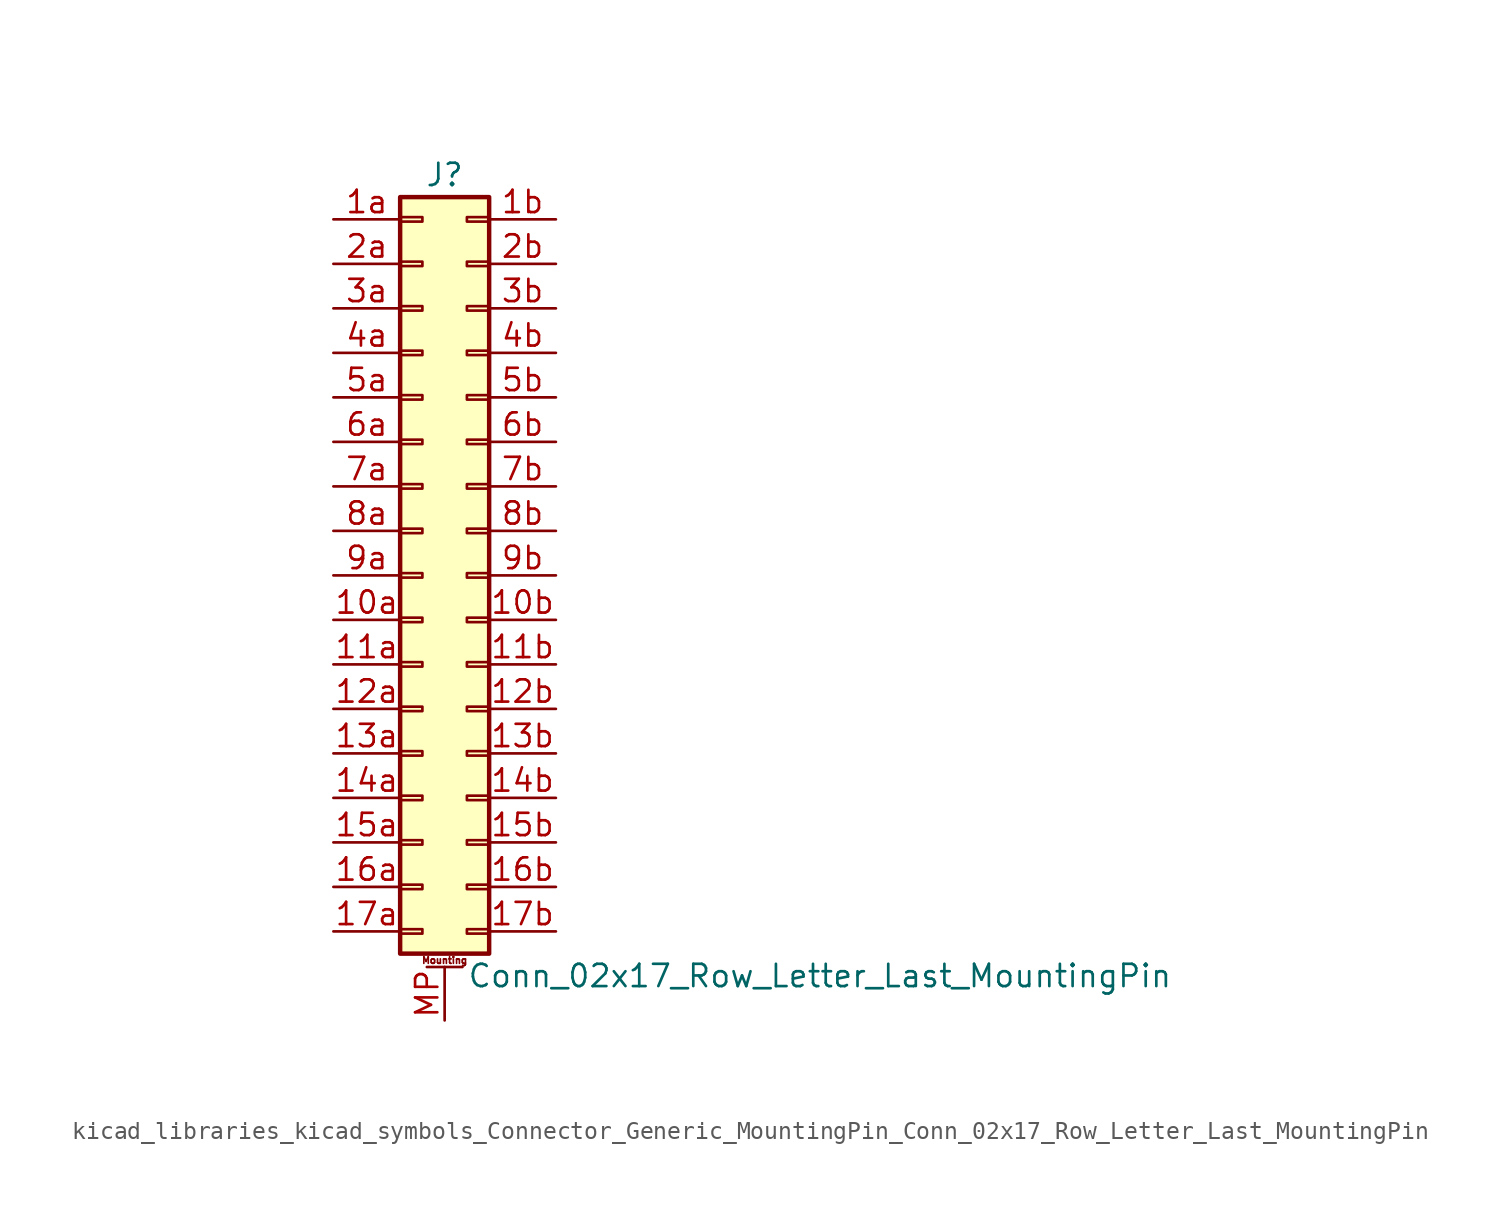
<source format=kicad_sym>
(kicad_symbol_lib
  (version 20220914)
  (generator kicad_symbol_editor)
  (symbol "kicad_libraries_kicad_symbols_Connector_Generic_MountingPin_Conn_02x17_Row_Letter_Last_MountingPin"
    (pin_names
      (offset 1.016) hide)
    (property "Reference" "J"
      (at 1.27 22.86 0)
      (effects (font (size 1.27 1.27))))
    (property "Value" "Conn_02x17_Row_Letter_Last_MountingPin"
      (at 2.54 -22.86 0)
      (effects (font (size 1.27 1.27)) (justify left)))
    (symbol "kicad_libraries_kicad_symbols_Connector_Generic_MountingPin_Conn_02x17_Row_Letter_Last_MountingPin_1_1"
      (rectangle (start -1.27 -20.193) (end 0 -20.447) (stroke (width 0.152) (type default)) (fill (type none)))
      (rectangle (start -1.27 -17.653) (end 0 -17.907) (stroke (width 0.152) (type default)) (fill (type none)))
      (rectangle (start -1.27 -15.113) (end 0 -15.367) (stroke (width 0.152) (type default)) (fill (type none)))
      (rectangle (start -1.27 -12.573) (end 0 -12.827) (stroke (width 0.152) (type default)) (fill (type none)))
      (rectangle (start -1.27 -10.033) (end 0 -10.287) (stroke (width 0.152) (type default)) (fill (type none)))
      (rectangle (start -1.27 -7.493) (end 0 -7.747) (stroke (width 0.152) (type default)) (fill (type none)))
      (rectangle (start -1.27 -4.953) (end 0 -5.207) (stroke (width 0.152) (type default)) (fill (type none)))
      (rectangle (start -1.27 -2.413) (end 0 -2.667) (stroke (width 0.152) (type default)) (fill (type none)))
      (rectangle (start -1.27 0.127) (end 0 -0.127) (stroke (width 0.152) (type default)) (fill (type none)))
      (rectangle (start -1.27 2.667) (end 0 2.413) (stroke (width 0.152) (type default)) (fill (type none)))
      (rectangle (start -1.27 5.207) (end 0 4.953) (stroke (width 0.152) (type default)) (fill (type none)))
      (rectangle (start -1.27 7.747) (end 0 7.493) (stroke (width 0.152) (type default)) (fill (type none)))
      (rectangle (start -1.27 10.287) (end 0 10.033) (stroke (width 0.152) (type default)) (fill (type none)))
      (rectangle (start -1.27 12.827) (end 0 12.573) (stroke (width 0.152) (type default)) (fill (type none)))
      (rectangle (start -1.27 15.367) (end 0 15.113) (stroke (width 0.152) (type default)) (fill (type none)))
      (rectangle (start -1.27 17.907) (end 0 17.653) (stroke (width 0.152) (type default)) (fill (type none)))
      (rectangle (start -1.27 20.447) (end 0 20.193) (stroke (width 0.152) (type default)) (fill (type none)))
      (rectangle (start -1.27 21.59) (end 3.81 -21.59) (stroke (width 0.254) (type default)) (fill (type background)))
      (polyline (pts (xy 0.254 -22.352) (xy 2.286 -22.352)) (stroke (width 0.152) (type default)) (fill (type none)))
      (rectangle (start 3.81 -20.193) (end 2.54 -20.447) (stroke (width 0.152) (type default)) (fill (type none)))
      (rectangle (start 3.81 -17.653) (end 2.54 -17.907) (stroke (width 0.152) (type default)) (fill (type none)))
      (rectangle (start 3.81 -15.113) (end 2.54 -15.367) (stroke (width 0.152) (type default)) (fill (type none)))
      (rectangle (start 3.81 -12.573) (end 2.54 -12.827) (stroke (width 0.152) (type default)) (fill (type none)))
      (rectangle (start 3.81 -10.033) (end 2.54 -10.287) (stroke (width 0.152) (type default)) (fill (type none)))
      (rectangle (start 3.81 -7.493) (end 2.54 -7.747) (stroke (width 0.152) (type default)) (fill (type none)))
      (rectangle (start 3.81 -4.953) (end 2.54 -5.207) (stroke (width 0.152) (type default)) (fill (type none)))
      (rectangle (start 3.81 -2.413) (end 2.54 -2.667) (stroke (width 0.152) (type default)) (fill (type none)))
      (rectangle (start 3.81 0.127) (end 2.54 -0.127) (stroke (width 0.152) (type default)) (fill (type none)))
      (rectangle (start 3.81 2.667) (end 2.54 2.413) (stroke (width 0.152) (type default)) (fill (type none)))
      (rectangle (start 3.81 5.207) (end 2.54 4.953) (stroke (width 0.152) (type default)) (fill (type none)))
      (rectangle (start 3.81 7.747) (end 2.54 7.493) (stroke (width 0.152) (type default)) (fill (type none)))
      (rectangle (start 3.81 10.287) (end 2.54 10.033) (stroke (width 0.152) (type default)) (fill (type none)))
      (rectangle (start 3.81 12.827) (end 2.54 12.573) (stroke (width 0.152) (type default)) (fill (type none)))
      (rectangle (start 3.81 15.367) (end 2.54 15.113) (stroke (width 0.152) (type default)) (fill (type none)))
      (rectangle (start 3.81 17.907) (end 2.54 17.653) (stroke (width 0.152) (type default)) (fill (type none)))
      (rectangle (start 3.81 20.447) (end 2.54 20.193) (stroke (width 0.152) (type default)) (fill (type none)))
      (text "Mounting" (at 1.27 -21.971 0) (effects (font (size 0.381 0.381))))
      (pin passive line (at -5.08 -2.54 0) (length 3.81) (name "Pin_10a" (effects (font (size 1.27 1.27)))) (number "10a" (effects (font (size 1.27 1.27)))))
      (pin passive line (at 7.62 -2.54 180) (length 3.81) (name "Pin_10b" (effects (font (size 1.27 1.27)))) (number "10b" (effects (font (size 1.27 1.27)))))
      (pin passive line (at -5.08 -5.08 0) (length 3.81) (name "Pin_11a" (effects (font (size 1.27 1.27)))) (number "11a" (effects (font (size 1.27 1.27)))))
      (pin passive line (at 7.62 -5.08 180) (length 3.81) (name "Pin_11b" (effects (font (size 1.27 1.27)))) (number "11b" (effects (font (size 1.27 1.27)))))
      (pin passive line (at -5.08 -7.62 0) (length 3.81) (name "Pin_12a" (effects (font (size 1.27 1.27)))) (number "12a" (effects (font (size 1.27 1.27)))))
      (pin passive line (at 7.62 -7.62 180) (length 3.81) (name "Pin_12b" (effects (font (size 1.27 1.27)))) (number "12b" (effects (font (size 1.27 1.27)))))
      (pin passive line (at -5.08 -10.16 0) (length 3.81) (name "Pin_13a" (effects (font (size 1.27 1.27)))) (number "13a" (effects (font (size 1.27 1.27)))))
      (pin passive line (at 7.62 -10.16 180) (length 3.81) (name "Pin_13b" (effects (font (size 1.27 1.27)))) (number "13b" (effects (font (size 1.27 1.27)))))
      (pin passive line (at -5.08 -12.7 0) (length 3.81) (name "Pin_14a" (effects (font (size 1.27 1.27)))) (number "14a" (effects (font (size 1.27 1.27)))))
      (pin passive line (at 7.62 -12.7 180) (length 3.81) (name "Pin_14b" (effects (font (size 1.27 1.27)))) (number "14b" (effects (font (size 1.27 1.27)))))
      (pin passive line (at -5.08 -15.24 0) (length 3.81) (name "Pin_15a" (effects (font (size 1.27 1.27)))) (number "15a" (effects (font (size 1.27 1.27)))))
      (pin passive line (at 7.62 -15.24 180) (length 3.81) (name "Pin_15b" (effects (font (size 1.27 1.27)))) (number "15b" (effects (font (size 1.27 1.27)))))
      (pin passive line (at -5.08 -17.78 0) (length 3.81) (name "Pin_16a" (effects (font (size 1.27 1.27)))) (number "16a" (effects (font (size 1.27 1.27)))))
      (pin passive line (at 7.62 -17.78 180) (length 3.81) (name "Pin_16b" (effects (font (size 1.27 1.27)))) (number "16b" (effects (font (size 1.27 1.27)))))
      (pin passive line (at -5.08 -20.32 0) (length 3.81) (name "Pin_17a" (effects (font (size 1.27 1.27)))) (number "17a" (effects (font (size 1.27 1.27)))))
      (pin passive line (at 7.62 -20.32 180) (length 3.81) (name "Pin_17b" (effects (font (size 1.27 1.27)))) (number "17b" (effects (font (size 1.27 1.27)))))
      (pin passive line (at -5.08 20.32 0) (length 3.81) (name "Pin_1a" (effects (font (size 1.27 1.27)))) (number "1a" (effects (font (size 1.27 1.27)))))
      (pin passive line (at 7.62 20.32 180) (length 3.81) (name "Pin_1b" (effects (font (size 1.27 1.27)))) (number "1b" (effects (font (size 1.27 1.27)))))
      (pin passive line (at -5.08 17.78 0) (length 3.81) (name "Pin_2a" (effects (font (size 1.27 1.27)))) (number "2a" (effects (font (size 1.27 1.27)))))
      (pin passive line (at 7.62 17.78 180) (length 3.81) (name "Pin_2b" (effects (font (size 1.27 1.27)))) (number "2b" (effects (font (size 1.27 1.27)))))
      (pin passive line (at -5.08 15.24 0) (length 3.81) (name "Pin_3a" (effects (font (size 1.27 1.27)))) (number "3a" (effects (font (size 1.27 1.27)))))
      (pin passive line (at 7.62 15.24 180) (length 3.81) (name "Pin_3b" (effects (font (size 1.27 1.27)))) (number "3b" (effects (font (size 1.27 1.27)))))
      (pin passive line (at -5.08 12.7 0) (length 3.81) (name "Pin_4a" (effects (font (size 1.27 1.27)))) (number "4a" (effects (font (size 1.27 1.27)))))
      (pin passive line (at 7.62 12.7 180) (length 3.81) (name "Pin_4b" (effects (font (size 1.27 1.27)))) (number "4b" (effects (font (size 1.27 1.27)))))
      (pin passive line (at -5.08 10.16 0) (length 3.81) (name "Pin_5a" (effects (font (size 1.27 1.27)))) (number "5a" (effects (font (size 1.27 1.27)))))
      (pin passive line (at 7.62 10.16 180) (length 3.81) (name "Pin_5b" (effects (font (size 1.27 1.27)))) (number "5b" (effects (font (size 1.27 1.27)))))
      (pin passive line (at -5.08 7.62 0) (length 3.81) (name "Pin_6a" (effects (font (size 1.27 1.27)))) (number "6a" (effects (font (size 1.27 1.27)))))
      (pin passive line (at 7.62 7.62 180) (length 3.81) (name "Pin_6b" (effects (font (size 1.27 1.27)))) (number "6b" (effects (font (size 1.27 1.27)))))
      (pin passive line (at -5.08 5.08 0) (length 3.81) (name "Pin_7a" (effects (font (size 1.27 1.27)))) (number "7a" (effects (font (size 1.27 1.27)))))
      (pin passive line (at 7.62 5.08 180) (length 3.81) (name "Pin_7b" (effects (font (size 1.27 1.27)))) (number "7b" (effects (font (size 1.27 1.27)))))
      (pin passive line (at -5.08 2.54 0) (length 3.81) (name "Pin_8a" (effects (font (size 1.27 1.27)))) (number "8a" (effects (font (size 1.27 1.27)))))
      (pin passive line (at 7.62 2.54 180) (length 3.81) (name "Pin_8b" (effects (font (size 1.27 1.27)))) (number "8b" (effects (font (size 1.27 1.27)))))
      (pin passive line (at -5.08 0 0) (length 3.81) (name "Pin_9a" (effects (font (size 1.27 1.27)))) (number "9a" (effects (font (size 1.27 1.27)))))
      (pin passive line (at 7.62 0 180) (length 3.81) (name "Pin_9b" (effects (font (size 1.27 1.27)))) (number "9b" (effects (font (size 1.27 1.27)))))
      (pin passive line (at 1.27 -25.4 90) (length 3.048) (name "MountPin" (effects (font (size 1.27 1.27)))) (number "MP" (effects (font (size 1.27 1.27))))))))
</source>
